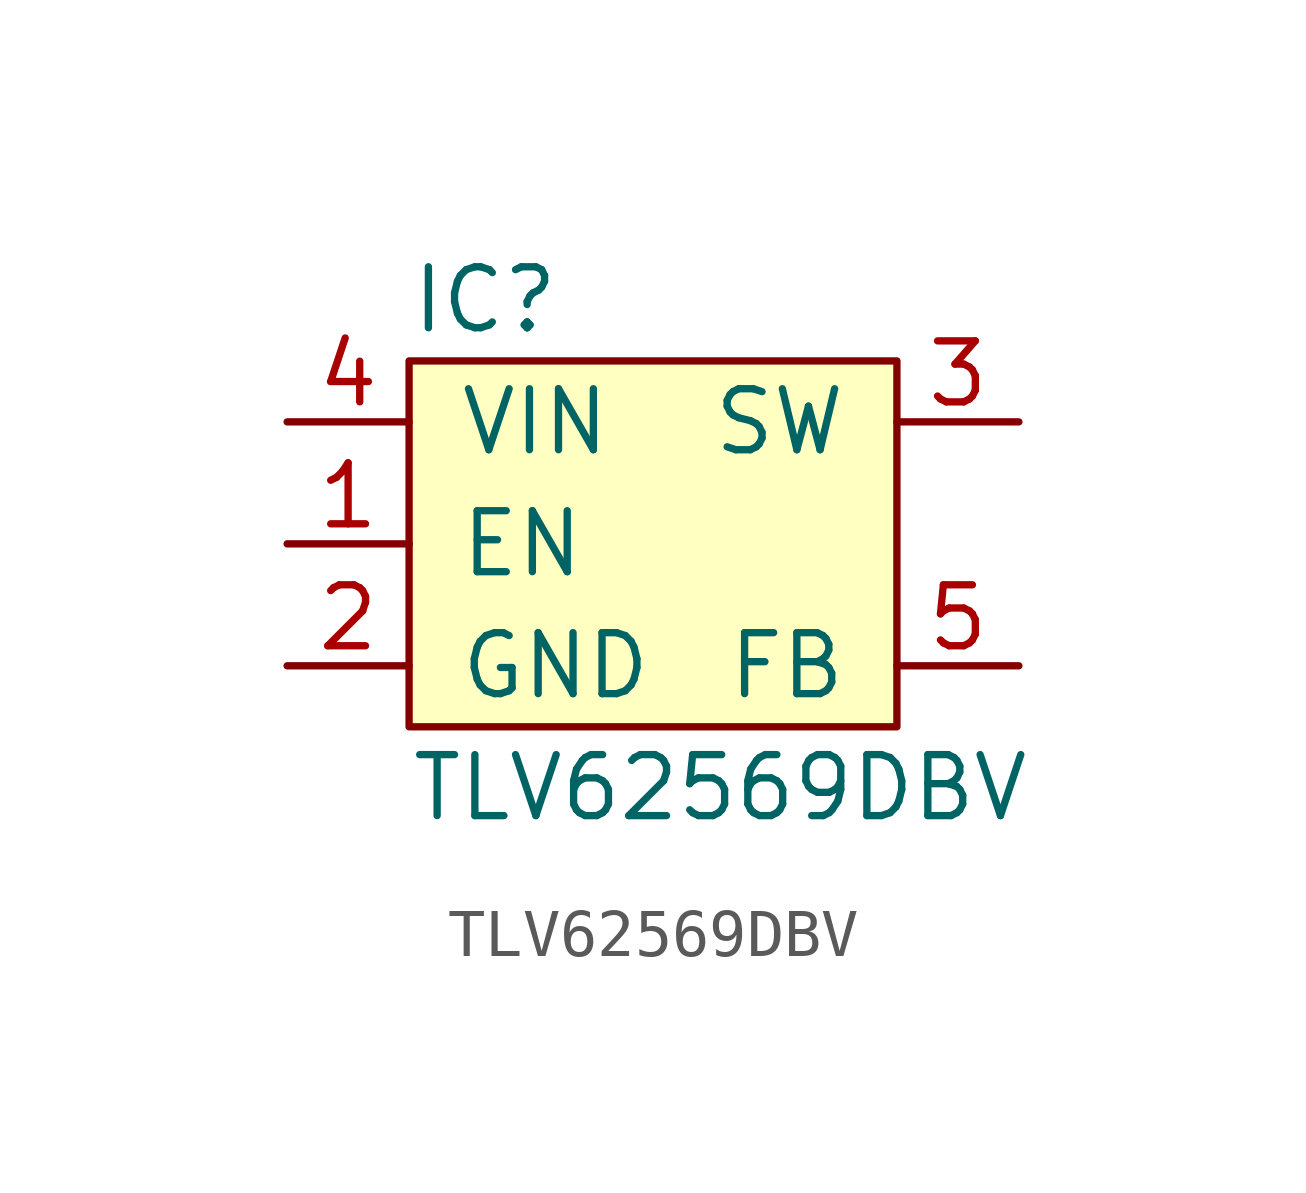
<source format=kicad_sym>
(kicad_symbol_lib
  (version 20211014)
  (generator agg_kicad.build_lib_ic)
  (symbol "TLV62569DBV"
    (pin_names
      (offset 1.016))
    (property Reference IC
      (at -5.08 5.08 0)
      (effects (font (size 1.27 1.27)) (justify left)))
    (property Value "TLV62569DBV"
      (at -5.08 -5.08 0)
      (effects (font (size 1.27 1.27)) (justify left)))
    (symbol "TLV62569DBV_0_0"
      (rectangle (start -5.08 3.81) (end 5.08 -3.81) (stroke (width 0) (type default) (color 0 0 0 0)) (fill (type background)))
      (pin power_in line (at -7.62 2.54 0) (length 2.54) (name VIN (effects (font (size 1.27 1.27)))) (number "4" (effects (font (size 1.27 1.27)))))
      (pin input line (at -7.62 0 0) (length 2.54) (name EN (effects (font (size 1.27 1.27)))) (number "1" (effects (font (size 1.27 1.27)))))
      (pin power_in line (at -7.62 -2.54 0) (length 2.54) (name GND (effects (font (size 1.27 1.27)))) (number "2" (effects (font (size 1.27 1.27)))))
      (pin passive line (at 7.62 2.54 180) (length 2.54) (name SW (effects (font (size 1.27 1.27)))) (number "3" (effects (font (size 1.27 1.27)))))
      (pin input line (at 7.62 -2.54 180) (length 2.54) (name FB (effects (font (size 1.27 1.27)))) (number "5" (effects (font (size 1.27 1.27))))))))
</source>
